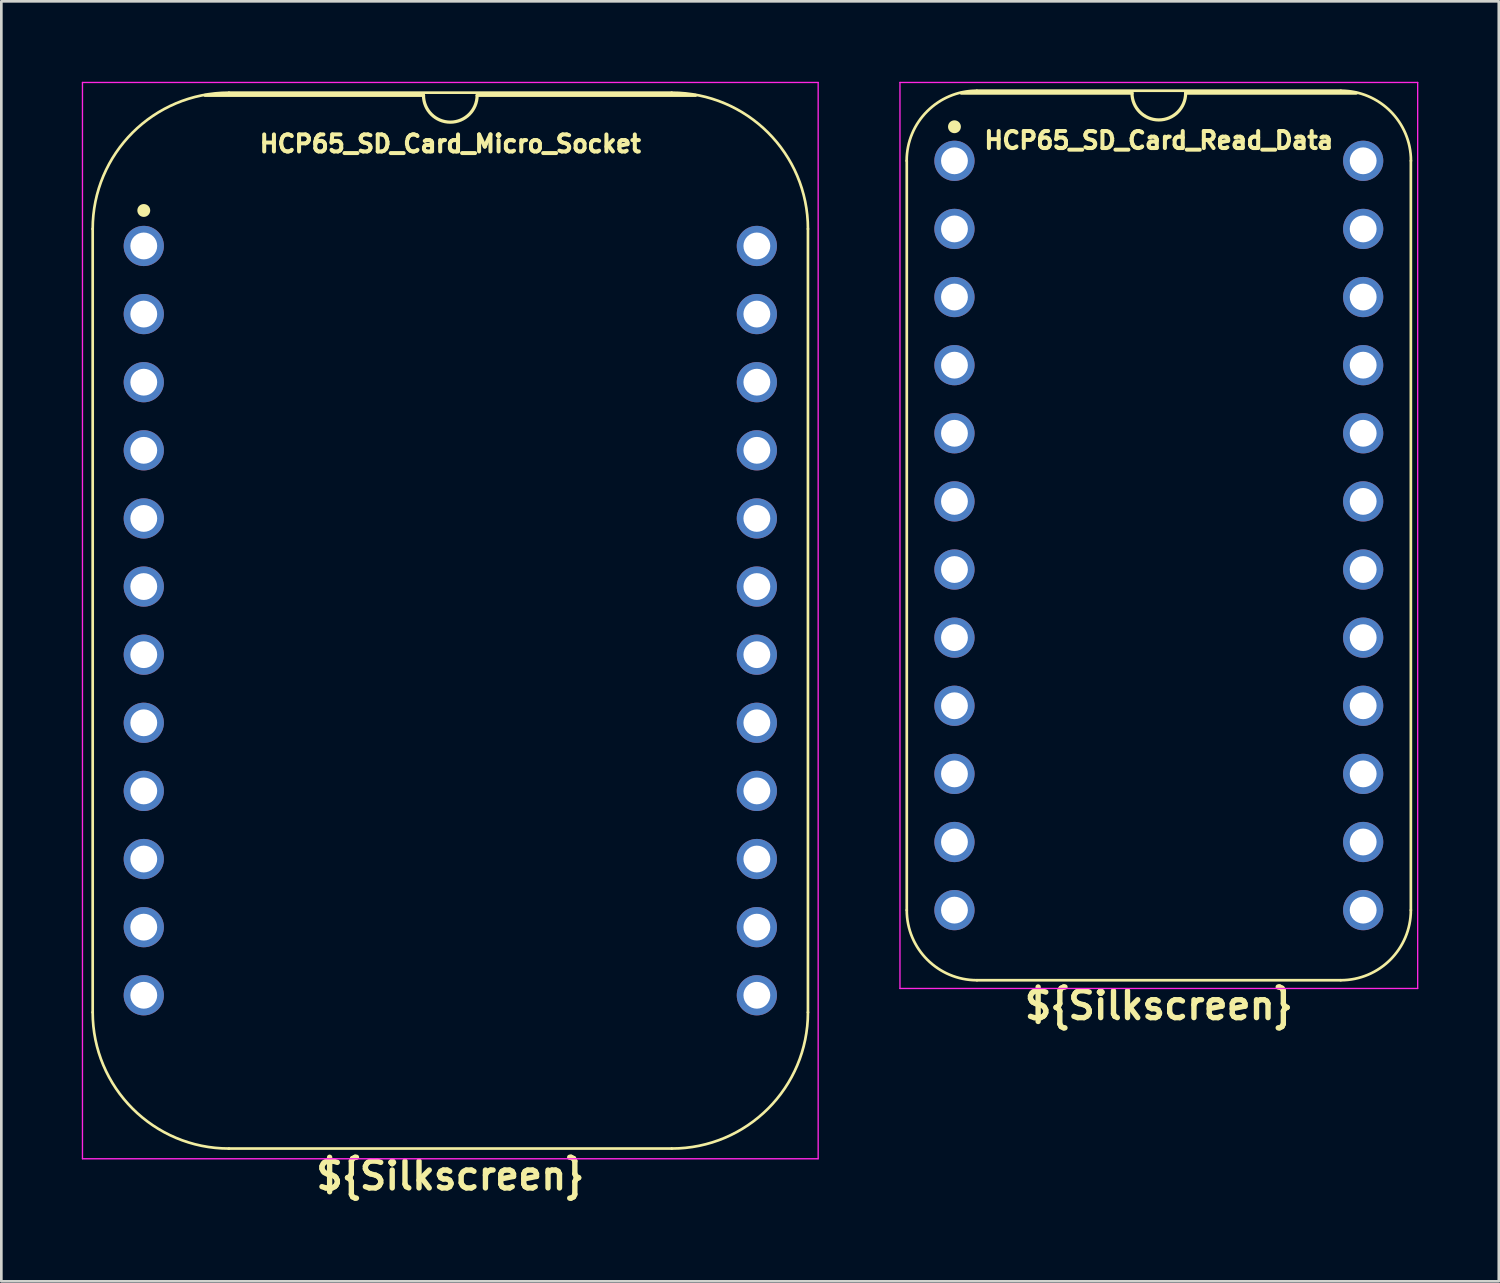
<source format=kicad_pcb>
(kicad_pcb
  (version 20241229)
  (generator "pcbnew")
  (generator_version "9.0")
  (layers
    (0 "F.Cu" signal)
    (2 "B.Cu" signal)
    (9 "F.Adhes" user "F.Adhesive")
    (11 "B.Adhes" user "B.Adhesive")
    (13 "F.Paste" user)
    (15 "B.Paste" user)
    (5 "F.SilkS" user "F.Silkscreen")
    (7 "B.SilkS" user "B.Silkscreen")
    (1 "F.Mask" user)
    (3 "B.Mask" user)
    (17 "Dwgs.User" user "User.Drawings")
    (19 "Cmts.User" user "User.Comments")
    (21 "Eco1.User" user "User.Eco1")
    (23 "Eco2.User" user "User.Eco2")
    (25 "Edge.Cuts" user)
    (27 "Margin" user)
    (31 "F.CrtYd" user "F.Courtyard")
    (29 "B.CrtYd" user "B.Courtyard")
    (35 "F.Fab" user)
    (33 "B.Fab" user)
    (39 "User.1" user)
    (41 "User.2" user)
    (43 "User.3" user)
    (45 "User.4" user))
  (footprint "HCP65_SD_Card_Micro_Socket"
    (layer "F.Cu")
    (at 2.311 6.121)
    (property "Reference" "HCP65_SD_Card_Micro_Socket" (at 11.43 -3.81 0) (layer "F.SilkS") (effects (font (size 0.635 0.635) (thickness 0.15))))
    (property "Silkscreen" "${Silkscreen}" (at 11.43 34.671 0) (layer "F.SilkS") (effects (font (size 1 1) (thickness 0.2))))
    (attr through_hole)
    (fp_line (start -1.905 -0.635) (end -1.905 28.575) (stroke (width 0.1) (type solid)) (layer "F.SilkS"))
    (fp_line (start 10.43 -5.616) (end 2.286 -5.616) (stroke (width 0.12) (type solid)) (layer "F.SilkS"))
    (fp_line (start 19.685 -5.715) (end 3.175 -5.715) (stroke (width 0.1) (type solid)) (layer "F.SilkS"))
    (fp_line (start 19.685 33.655) (end 3.175 33.655) (stroke (width 0.1) (type solid)) (layer "F.SilkS"))
    (fp_line (start 20.574 -5.616) (end 12.43 -5.616) (stroke (width 0.12) (type solid)) (layer "F.SilkS"))
    (fp_line (start 24.765 28.575) (end 24.765 -0.635) (stroke (width 0.1) (type solid)) (layer "F.SilkS"))
    (fp_arc (start -1.905 -0.635) (mid -0.417102 -4.227102) (end 3.175 -5.715) (stroke (width 0.1) (type solid)) (layer "F.SilkS"))
    (fp_arc (start 3.175 33.655) (mid -0.417102 32.167102) (end -1.905 28.575) (stroke (width 0.1) (type solid)) (layer "F.SilkS"))
    (fp_arc (start 12.43 -5.616) (mid 11.43 -4.616) (end 10.43 -5.616) (stroke (width 0.12) (type solid)) (layer "F.SilkS"))
    (fp_arc (start 19.685 -5.715) (mid 23.277102 -4.227102) (end 24.765 -0.635) (stroke (width 0.1) (type solid)) (layer "F.SilkS"))
    (fp_arc (start 24.765 28.575) (mid 23.277102 32.167102) (end 19.685 33.655) (stroke (width 0.1) (type solid)) (layer "F.SilkS"))
    (fp_circle (center 0 -1.323) (end 0.18 -1.323) (stroke (width 0.12) (type solid)) (fill yes) (layer "F.SilkS"))
    (fp_line (start -2.286 -6.096) (end -2.286 34.036) (stroke (width 0.05) (type solid)) (layer "F.CrtYd"))
    (fp_line (start -2.286 -6.096) (end 25.146 -6.096) (stroke (width 0.05) (type solid)) (layer "F.CrtYd"))
    (fp_line (start -2.286 34.036) (end 25.146 34.036) (stroke (width 0.05) (type solid)) (layer "F.CrtYd"))
    (fp_line (start 25.146 34.036) (end 25.146 -6.096) (stroke (width 0.05) (type solid)) (layer "F.CrtYd"))
    (pad "1" thru_hole circle (at 0 0) (size 1.5 1.5) (drill 1) (layers "*.Cu" "*.Mask"))
    (pad "2" thru_hole circle (at 0 2.54) (size 1.5 1.5) (drill 1) (layers "*.Cu" "*.Mask"))
    (pad "3" thru_hole circle (at 0 5.08) (size 1.5 1.5) (drill 1) (layers "*.Cu" "*.Mask"))
    (pad "4" thru_hole circle (at 0 7.62) (size 1.5 1.5) (drill 1) (layers "*.Cu" "*.Mask"))
    (pad "5" thru_hole circle (at 0 10.16) (size 1.5 1.5) (drill 1) (layers "*.Cu" "*.Mask"))
    (pad "6" thru_hole circle (at 0 12.7) (size 1.5 1.5) (drill 1) (layers "*.Cu" "*.Mask"))
    (pad "7" thru_hole circle (at 0 15.24) (size 1.5 1.5) (drill 1) (layers "*.Cu" "*.Mask"))
    (pad "8" thru_hole circle (at 0 17.78) (size 1.5 1.5) (drill 1) (layers "*.Cu" "*.Mask"))
    (pad "9" thru_hole circle (at 0 20.32) (size 1.5 1.5) (drill 1) (layers "*.Cu" "*.Mask"))
    (pad "10" thru_hole circle (at 0 22.86) (size 1.5 1.5) (drill 1) (layers "*.Cu" "*.Mask"))
    (pad "11" thru_hole circle (at 0 25.4) (size 1.5 1.5) (drill 1) (layers "*.Cu" "*.Mask"))
    (pad "12" thru_hole circle (at 0 27.94) (size 1.5 1.5) (drill 1) (layers "*.Cu" "*.Mask"))
    (pad "13" thru_hole circle (at 22.86 27.94) (size 1.5 1.5) (drill 1) (layers "*.Cu" "*.Mask"))
    (pad "14" thru_hole circle (at 22.86 25.4) (size 1.5 1.5) (drill 1) (layers "*.Cu" "*.Mask"))
    (pad "15" thru_hole circle (at 22.86 22.86) (size 1.5 1.5) (drill 1) (layers "*.Cu" "*.Mask"))
    (pad "16" thru_hole circle (at 22.86 20.32) (size 1.5 1.5) (drill 1) (layers "*.Cu" "*.Mask"))
    (pad "17" thru_hole circle (at 22.86 17.78) (size 1.5 1.5) (drill 1) (layers "*.Cu" "*.Mask"))
    (pad "18" thru_hole circle (at 22.86 15.24) (size 1.5 1.5) (drill 1) (layers "*.Cu" "*.Mask"))
    (pad "19" thru_hole circle (at 22.86 12.7) (size 1.5 1.5) (drill 1) (layers "*.Cu" "*.Mask"))
    (pad "20" thru_hole circle (at 22.86 10.16) (size 1.5 1.5) (drill 1) (layers "*.Cu" "*.Mask"))
    (pad "21" thru_hole circle (at 22.86 7.62) (size 1.5 1.5) (drill 1) (layers "*.Cu" "*.Mask"))
    (pad "22" thru_hole circle (at 22.86 5.08) (size 1.5 1.5) (drill 1) (layers "*.Cu" "*.Mask"))
    (pad "23" thru_hole circle (at 22.86 2.54) (size 1.5 1.5) (drill 1) (layers "*.Cu" "*.Mask"))
    (pad "24" thru_hole circle (at 22.86 0) (size 1.5 1.5) (drill 1) (layers "*.Cu" "*.Mask")))
  (footprint "HCP65_SD_Card_Read_Data"
    (layer "F.Cu")
    (at 32.539 2.946)
    (property "Reference" "HCP65_SD_Card_Read_Data" (at 7.62 -0.762 0) (layer "F.SilkS") (effects (font (size 0.635 0.635) (thickness 0.15))))
    (property "Silkscreen" "${Silkscreen}" (at 7.62 31.496 0) (layer "F.SilkS") (effects (font (size 1 1) (thickness 0.2))))
    (attr through_hole)
    (fp_line (start -1.778 27.94) (end -1.778 0) (stroke (width 0.1) (type solid)) (layer "F.SilkS"))
    (fp_line (start 0.832 -2.614) (end 14.408 -2.614) (stroke (width 0.1) (type solid)) (layer "F.SilkS"))
    (fp_line (start 6.62 -2.524) (end 0.254 -2.524) (stroke (width 0.12) (type solid)) (layer "F.SilkS"))
    (fp_line (start 14.404 30.554) (end 0.836 30.554) (stroke (width 0.1) (type solid)) (layer "F.SilkS"))
    (fp_line (start 14.986 -2.524) (end 8.62 -2.524) (stroke (width 0.12) (type solid)) (layer "F.SilkS"))
    (fp_line (start 17.018 27.94) (end 17.018 0) (stroke (width 0.1) (type solid)) (layer "F.SilkS"))
    (fp_arc (start -1.781544 0) (mid -1.016 -1.848188) (end 0.832188 -2.613732) (stroke (width 0.1) (type solid)) (layer "F.SilkS"))
    (fp_arc (start 0.835733 30.553733) (mid -1.012456 29.788189) (end -1.778 27.94) (stroke (width 0.1) (type solid)) (layer "F.SilkS"))
    (fp_arc (start 8.62 -2.524) (mid 7.62 -1.524) (end 6.62 -2.524) (stroke (width 0.12) (type solid)) (layer "F.SilkS"))
    (fp_arc (start 14.407812 -2.613732) (mid 16.256 -1.848188) (end 17.021544 0) (stroke (width 0.1) (type solid)) (layer "F.SilkS"))
    (fp_arc (start 17.018001 27.940001) (mid 16.252456 29.788188) (end 14.404269 30.553733) (stroke (width 0.1) (type solid)) (layer "F.SilkS"))
    (fp_circle (center 0 -1.27) (end 0.18 -1.27) (stroke (width 0.12) (type solid)) (fill yes) (layer "F.SilkS"))
    (fp_line (start -2.032 -2.921) (end -2.032 30.861) (stroke (width 0.05) (type solid)) (layer "F.CrtYd"))
    (fp_line (start -2.032 -2.921) (end 17.272 -2.921) (stroke (width 0.05) (type solid)) (layer "F.CrtYd"))
    (fp_line (start -2.032 30.861) (end 17.272 30.861) (stroke (width 0.05) (type solid)) (layer "F.CrtYd"))
    (fp_line (start 17.272 -2.921) (end 17.272 30.861) (stroke (width 0.05) (type solid)) (layer "F.CrtYd"))
    (pad "1" thru_hole circle (at 0 0) (size 1.5 1.5) (drill 1) (layers "*.Cu" "*.Mask"))
    (pad "2" thru_hole circle (at 0 2.54) (size 1.5 1.5) (drill 1) (layers "*.Cu" "*.Mask"))
    (pad "3" thru_hole circle (at 0 5.08) (size 1.5 1.5) (drill 1) (layers "*.Cu" "*.Mask"))
    (pad "4" thru_hole circle (at 0 7.62) (size 1.5 1.5) (drill 1) (layers "*.Cu" "*.Mask"))
    (pad "5" thru_hole circle (at 0 10.16) (size 1.5 1.5) (drill 1) (layers "*.Cu" "*.Mask"))
    (pad "6" thru_hole circle (at 0 12.7) (size 1.5 1.5) (drill 1) (layers "*.Cu" "*.Mask"))
    (pad "7" thru_hole circle (at 0 15.24) (size 1.5 1.5) (drill 1) (layers "*.Cu" "*.Mask"))
    (pad "8" thru_hole circle (at 0 17.78) (size 1.5 1.5) (drill 1) (layers "*.Cu" "*.Mask"))
    (pad "9" thru_hole circle (at 0 20.32) (size 1.5 1.5) (drill 1) (layers "*.Cu" "*.Mask"))
    (pad "10" thru_hole circle (at 0 22.86) (size 1.5 1.5) (drill 1) (layers "*.Cu" "*.Mask"))
    (pad "11" thru_hole circle (at 0 25.4) (size 1.5 1.5) (drill 1) (layers "*.Cu" "*.Mask"))
    (pad "12" thru_hole circle (at 0 27.94) (size 1.5 1.5) (drill 1) (layers "*.Cu" "*.Mask"))
    (pad "13" thru_hole circle (at 15.24 27.94) (size 1.5 1.5) (drill 1) (layers "*.Cu" "*.Mask"))
    (pad "14" thru_hole circle (at 15.24 25.4) (size 1.5 1.5) (drill 1) (layers "*.Cu" "*.Mask"))
    (pad "15" thru_hole circle (at 15.24 22.86) (size 1.5 1.5) (drill 1) (layers "*.Cu" "*.Mask"))
    (pad "16" thru_hole circle (at 15.24 20.32) (size 1.5 1.5) (drill 1) (layers "*.Cu" "*.Mask"))
    (pad "17" thru_hole circle (at 15.24 17.78) (size 1.5 1.5) (drill 1) (layers "*.Cu" "*.Mask"))
    (pad "18" thru_hole circle (at 15.24 15.24) (size 1.5 1.5) (drill 1) (layers "*.Cu" "*.Mask"))
    (pad "19" thru_hole circle (at 15.24 12.7) (size 1.5 1.5) (drill 1) (layers "*.Cu" "*.Mask"))
    (pad "20" thru_hole circle (at 15.24 10.16) (size 1.5 1.5) (drill 1) (layers "*.Cu" "*.Mask"))
    (pad "21" thru_hole circle (at 15.24 7.62) (size 1.5 1.5) (drill 1) (layers "*.Cu" "*.Mask"))
    (pad "22" thru_hole circle (at 15.24 5.08) (size 1.5 1.5) (drill 1) (layers "*.Cu" "*.Mask"))
    (pad "23" thru_hole circle (at 15.24 2.54) (size 1.5 1.5) (drill 1) (layers "*.Cu" "*.Mask"))
    (pad "24" thru_hole circle (at 15.24 0) (size 1.5 1.5) (drill 1) (layers "*.Cu" "*.Mask")))
  (gr_rect
    (start -3 -3)
    (end 52.836 44.728)
    (stroke (width 0.1) (type default))
    (fill no)
    (layer "Edge.Cuts")))
</source>
